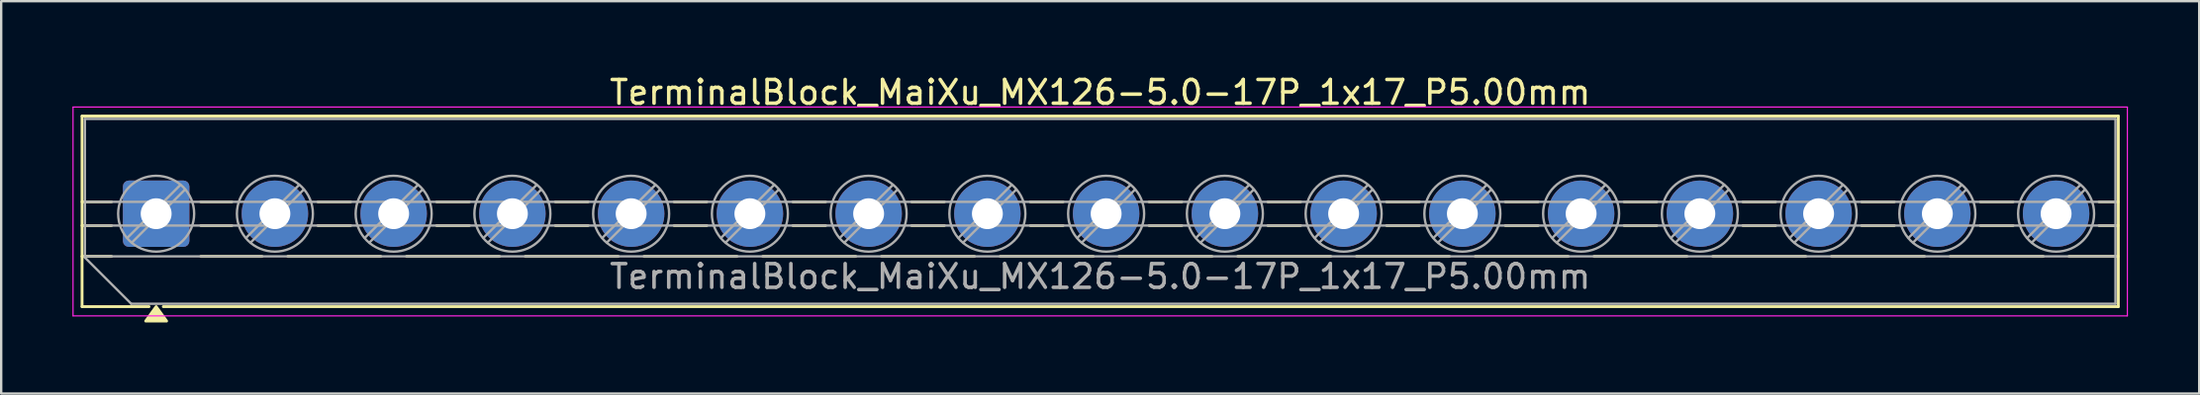
<source format=kicad_pcb>
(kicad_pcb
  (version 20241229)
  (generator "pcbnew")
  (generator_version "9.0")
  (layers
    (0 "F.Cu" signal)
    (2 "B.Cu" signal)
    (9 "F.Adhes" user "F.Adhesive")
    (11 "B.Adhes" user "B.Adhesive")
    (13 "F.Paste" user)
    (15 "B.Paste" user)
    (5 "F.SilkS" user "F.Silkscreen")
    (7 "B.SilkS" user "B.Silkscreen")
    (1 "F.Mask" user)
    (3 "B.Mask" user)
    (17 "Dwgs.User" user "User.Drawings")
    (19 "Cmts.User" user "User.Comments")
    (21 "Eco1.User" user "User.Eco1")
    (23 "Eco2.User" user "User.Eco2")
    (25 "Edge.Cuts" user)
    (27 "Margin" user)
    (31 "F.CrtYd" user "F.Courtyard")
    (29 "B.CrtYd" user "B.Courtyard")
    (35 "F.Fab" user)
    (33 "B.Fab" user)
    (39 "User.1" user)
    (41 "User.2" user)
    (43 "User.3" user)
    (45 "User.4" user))
  (footprint "TerminalBlock_MaiXu_MX126-5.0-17P_1x17_P5.00mm"
    (layer "F.Cu")
    (at 3.525 5.968)
    (property "Reference" "TerminalBlock_MaiXu_MX126-5.0-17P_1x17_P5.00mm" (at 39.75 -5.12 0) (layer "F.SilkS") (effects (font (size 1 1) (thickness 0.15))))
    (attr through_hole)
    (fp_line (start -3.12 -4.12) (end -3.12 3.92) (stroke (width 0.12) (type solid)) (layer "F.SilkS"))
    (fp_line (start -3.12 -4.12) (end 82.62 -4.12) (stroke (width 0.12) (type solid)) (layer "F.SilkS"))
    (fp_line (start -3.12 -0.5) (end -1.88 -0.5) (stroke (width 0.12) (type solid)) (layer "F.SilkS"))
    (fp_line (start -3.12 0.5) (end -1.88 0.5) (stroke (width 0.12) (type solid)) (layer "F.SilkS"))
    (fp_line (start -3.12 1.8) (end -1.88 1.8) (stroke (width 0.12) (type solid)) (layer "F.SilkS"))
    (fp_line (start -3.12 3.92) (end -0.3 3.92) (stroke (width 0.12) (type solid)) (layer "F.SilkS"))
    (fp_line (start 0.3 3.92) (end 82.62 3.92) (stroke (width 0.12) (type solid)) (layer "F.SilkS"))
    (fp_line (start 1.88 -0.5) (end 3.188 -0.5) (stroke (width 0.12) (type solid)) (layer "F.SilkS"))
    (fp_line (start 1.88 0.5) (end 3.188 0.5) (stroke (width 0.12) (type solid)) (layer "F.SilkS"))
    (fp_line (start 1.88 1.8) (end 4.457 1.8) (stroke (width 0.12) (type solid)) (layer "F.SilkS"))
    (fp_line (start 5.543 1.8) (end 9.457 1.8) (stroke (width 0.12) (type solid)) (layer "F.SilkS"))
    (fp_line (start 6.812 -0.5) (end 8.188 -0.5) (stroke (width 0.12) (type solid)) (layer "F.SilkS"))
    (fp_line (start 6.812 0.5) (end 8.188 0.5) (stroke (width 0.12) (type solid)) (layer "F.SilkS"))
    (fp_line (start 10.543 1.8) (end 14.457 1.8) (stroke (width 0.12) (type solid)) (layer "F.SilkS"))
    (fp_line (start 11.812 -0.5) (end 13.188 -0.5) (stroke (width 0.12) (type solid)) (layer "F.SilkS"))
    (fp_line (start 11.812 0.5) (end 13.188 0.5) (stroke (width 0.12) (type solid)) (layer "F.SilkS"))
    (fp_line (start 15.543 1.8) (end 19.457 1.8) (stroke (width 0.12) (type solid)) (layer "F.SilkS"))
    (fp_line (start 16.812 -0.5) (end 18.188 -0.5) (stroke (width 0.12) (type solid)) (layer "F.SilkS"))
    (fp_line (start 16.812 0.5) (end 18.188 0.5) (stroke (width 0.12) (type solid)) (layer "F.SilkS"))
    (fp_line (start 20.543 1.8) (end 24.457 1.8) (stroke (width 0.12) (type solid)) (layer "F.SilkS"))
    (fp_line (start 21.812 -0.5) (end 23.188 -0.5) (stroke (width 0.12) (type solid)) (layer "F.SilkS"))
    (fp_line (start 21.812 0.5) (end 23.188 0.5) (stroke (width 0.12) (type solid)) (layer "F.SilkS"))
    (fp_line (start 25.543 1.8) (end 29.457 1.8) (stroke (width 0.12) (type solid)) (layer "F.SilkS"))
    (fp_line (start 26.812 -0.5) (end 28.188 -0.5) (stroke (width 0.12) (type solid)) (layer "F.SilkS"))
    (fp_line (start 26.812 0.5) (end 28.188 0.5) (stroke (width 0.12) (type solid)) (layer "F.SilkS"))
    (fp_line (start 30.543 1.8) (end 34.457 1.8) (stroke (width 0.12) (type solid)) (layer "F.SilkS"))
    (fp_line (start 31.812 -0.5) (end 33.188 -0.5) (stroke (width 0.12) (type solid)) (layer "F.SilkS"))
    (fp_line (start 31.812 0.5) (end 33.188 0.5) (stroke (width 0.12) (type solid)) (layer "F.SilkS"))
    (fp_line (start 35.543 1.8) (end 39.457 1.8) (stroke (width 0.12) (type solid)) (layer "F.SilkS"))
    (fp_line (start 36.812 -0.5) (end 38.188 -0.5) (stroke (width 0.12) (type solid)) (layer "F.SilkS"))
    (fp_line (start 36.812 0.5) (end 38.188 0.5) (stroke (width 0.12) (type solid)) (layer "F.SilkS"))
    (fp_line (start 40.543 1.8) (end 44.457 1.8) (stroke (width 0.12) (type solid)) (layer "F.SilkS"))
    (fp_line (start 41.812 -0.5) (end 43.188 -0.5) (stroke (width 0.12) (type solid)) (layer "F.SilkS"))
    (fp_line (start 41.812 0.5) (end 43.188 0.5) (stroke (width 0.12) (type solid)) (layer "F.SilkS"))
    (fp_line (start 45.543 1.8) (end 49.457 1.8) (stroke (width 0.12) (type solid)) (layer "F.SilkS"))
    (fp_line (start 46.812 -0.5) (end 48.188 -0.5) (stroke (width 0.12) (type solid)) (layer "F.SilkS"))
    (fp_line (start 46.812 0.5) (end 48.188 0.5) (stroke (width 0.12) (type solid)) (layer "F.SilkS"))
    (fp_line (start 50.543 1.8) (end 54.457 1.8) (stroke (width 0.12) (type solid)) (layer "F.SilkS"))
    (fp_line (start 51.812 -0.5) (end 53.188 -0.5) (stroke (width 0.12) (type solid)) (layer "F.SilkS"))
    (fp_line (start 51.812 0.5) (end 53.188 0.5) (stroke (width 0.12) (type solid)) (layer "F.SilkS"))
    (fp_line (start 55.543 1.8) (end 59.457 1.8) (stroke (width 0.12) (type solid)) (layer "F.SilkS"))
    (fp_line (start 56.812 -0.5) (end 58.188 -0.5) (stroke (width 0.12) (type solid)) (layer "F.SilkS"))
    (fp_line (start 56.812 0.5) (end 58.188 0.5) (stroke (width 0.12) (type solid)) (layer "F.SilkS"))
    (fp_line (start 60.543 1.8) (end 64.457 1.8) (stroke (width 0.12) (type solid)) (layer "F.SilkS"))
    (fp_line (start 61.812 -0.5) (end 63.188 -0.5) (stroke (width 0.12) (type solid)) (layer "F.SilkS"))
    (fp_line (start 61.812 0.5) (end 63.188 0.5) (stroke (width 0.12) (type solid)) (layer "F.SilkS"))
    (fp_line (start 65.543 1.8) (end 69.457 1.8) (stroke (width 0.12) (type solid)) (layer "F.SilkS"))
    (fp_line (start 66.812 -0.5) (end 68.188 -0.5) (stroke (width 0.12) (type solid)) (layer "F.SilkS"))
    (fp_line (start 66.812 0.5) (end 68.188 0.5) (stroke (width 0.12) (type solid)) (layer "F.SilkS"))
    (fp_line (start 70.543 1.8) (end 74.457 1.8) (stroke (width 0.12) (type solid)) (layer "F.SilkS"))
    (fp_line (start 71.812 -0.5) (end 73.188 -0.5) (stroke (width 0.12) (type solid)) (layer "F.SilkS"))
    (fp_line (start 71.812 0.5) (end 73.188 0.5) (stroke (width 0.12) (type solid)) (layer "F.SilkS"))
    (fp_line (start 75.543 1.8) (end 79.457 1.8) (stroke (width 0.12) (type solid)) (layer "F.SilkS"))
    (fp_line (start 76.812 -0.5) (end 78.188 -0.5) (stroke (width 0.12) (type solid)) (layer "F.SilkS"))
    (fp_line (start 76.812 0.5) (end 78.188 0.5) (stroke (width 0.12) (type solid)) (layer "F.SilkS"))
    (fp_line (start 80.543 1.8) (end 82.62 1.8) (stroke (width 0.12) (type solid)) (layer "F.SilkS"))
    (fp_line (start 81.812 -0.5) (end 82.62 -0.5) (stroke (width 0.12) (type solid)) (layer "F.SilkS"))
    (fp_line (start 81.812 0.5) (end 82.62 0.5) (stroke (width 0.12) (type solid)) (layer "F.SilkS"))
    (fp_line (start 82.62 -4.12) (end 82.62 3.92) (stroke (width 0.12) (type solid)) (layer "F.SilkS"))
    (fp_poly (pts (xy 0 3.92) (xy 0.44 4.53) (xy -0.44 4.53)) (stroke (width 0.12) (type solid)) (fill yes) (layer "F.SilkS"))
    (fp_line (start -3.5 -4.5) (end -3.5 4.31) (stroke (width 0.05) (type solid)) (layer "F.CrtYd"))
    (fp_line (start -3.5 4.31) (end 83 4.31) (stroke (width 0.05) (type solid)) (layer "F.CrtYd"))
    (fp_line (start 83 -4.5) (end -3.5 -4.5) (stroke (width 0.05) (type solid)) (layer "F.CrtYd"))
    (fp_line (start 83 4.31) (end 83 -4.5) (stroke (width 0.05) (type solid)) (layer "F.CrtYd"))
    (fp_line (start -3 -4) (end 82.5 -4) (stroke (width 0.1) (type solid)) (layer "F.Fab"))
    (fp_line (start -3 -0.5) (end 82.5 -0.5) (stroke (width 0.1) (type solid)) (layer "F.Fab"))
    (fp_line (start -3 0.5) (end 82.5 0.5) (stroke (width 0.1) (type solid)) (layer "F.Fab"))
    (fp_line (start -3 1.8) (end 82.5 1.8) (stroke (width 0.1) (type solid)) (layer "F.Fab"))
    (fp_line (start -3 1.85) (end -3 -4) (stroke (width 0.1) (type solid)) (layer "F.Fab"))
    (fp_line (start -1.05 3.8) (end -3 1.85) (stroke (width 0.1) (type solid)) (layer "F.Fab"))
    (fp_line (start 1.018 -1.213) (end -1.213 1.018) (stroke (width 0.1) (type solid)) (layer "F.Fab"))
    (fp_line (start 1.213 -1.018) (end -1.018 1.213) (stroke (width 0.1) (type solid)) (layer "F.Fab"))
    (fp_line (start 6.018 -1.213) (end 3.787 1.018) (stroke (width 0.1) (type solid)) (layer "F.Fab"))
    (fp_line (start 6.213 -1.018) (end 3.982 1.213) (stroke (width 0.1) (type solid)) (layer "F.Fab"))
    (fp_line (start 11.018 -1.213) (end 8.787 1.018) (stroke (width 0.1) (type solid)) (layer "F.Fab"))
    (fp_line (start 11.213 -1.018) (end 8.982 1.213) (stroke (width 0.1) (type solid)) (layer "F.Fab"))
    (fp_line (start 16.018 -1.213) (end 13.787 1.018) (stroke (width 0.1) (type solid)) (layer "F.Fab"))
    (fp_line (start 16.213 -1.018) (end 13.982 1.213) (stroke (width 0.1) (type solid)) (layer "F.Fab"))
    (fp_line (start 21.018 -1.213) (end 18.787 1.018) (stroke (width 0.1) (type solid)) (layer "F.Fab"))
    (fp_line (start 21.213 -1.018) (end 18.982 1.213) (stroke (width 0.1) (type solid)) (layer "F.Fab"))
    (fp_line (start 26.018 -1.213) (end 23.787 1.018) (stroke (width 0.1) (type solid)) (layer "F.Fab"))
    (fp_line (start 26.213 -1.018) (end 23.982 1.213) (stroke (width 0.1) (type solid)) (layer "F.Fab"))
    (fp_line (start 31.018 -1.213) (end 28.787 1.018) (stroke (width 0.1) (type solid)) (layer "F.Fab"))
    (fp_line (start 31.213 -1.018) (end 28.982 1.213) (stroke (width 0.1) (type solid)) (layer "F.Fab"))
    (fp_line (start 36.018 -1.213) (end 33.787 1.018) (stroke (width 0.1) (type solid)) (layer "F.Fab"))
    (fp_line (start 36.213 -1.018) (end 33.982 1.213) (stroke (width 0.1) (type solid)) (layer "F.Fab"))
    (fp_line (start 41.018 -1.213) (end 38.787 1.018) (stroke (width 0.1) (type solid)) (layer "F.Fab"))
    (fp_line (start 41.213 -1.018) (end 38.982 1.213) (stroke (width 0.1) (type solid)) (layer "F.Fab"))
    (fp_line (start 46.018 -1.213) (end 43.787 1.018) (stroke (width 0.1) (type solid)) (layer "F.Fab"))
    (fp_line (start 46.213 -1.018) (end 43.982 1.213) (stroke (width 0.1) (type solid)) (layer "F.Fab"))
    (fp_line (start 51.018 -1.213) (end 48.787 1.018) (stroke (width 0.1) (type solid)) (layer "F.Fab"))
    (fp_line (start 51.213 -1.018) (end 48.982 1.213) (stroke (width 0.1) (type solid)) (layer "F.Fab"))
    (fp_line (start 56.018 -1.213) (end 53.787 1.018) (stroke (width 0.1) (type solid)) (layer "F.Fab"))
    (fp_line (start 56.213 -1.018) (end 53.982 1.213) (stroke (width 0.1) (type solid)) (layer "F.Fab"))
    (fp_line (start 61.018 -1.213) (end 58.787 1.018) (stroke (width 0.1) (type solid)) (layer "F.Fab"))
    (fp_line (start 61.213 -1.018) (end 58.982 1.213) (stroke (width 0.1) (type solid)) (layer "F.Fab"))
    (fp_line (start 66.018 -1.213) (end 63.787 1.018) (stroke (width 0.1) (type solid)) (layer "F.Fab"))
    (fp_line (start 66.213 -1.018) (end 63.982 1.213) (stroke (width 0.1) (type solid)) (layer "F.Fab"))
    (fp_line (start 71.018 -1.213) (end 68.787 1.018) (stroke (width 0.1) (type solid)) (layer "F.Fab"))
    (fp_line (start 71.213 -1.018) (end 68.982 1.213) (stroke (width 0.1) (type solid)) (layer "F.Fab"))
    (fp_line (start 76.018 -1.213) (end 73.787 1.018) (stroke (width 0.1) (type solid)) (layer "F.Fab"))
    (fp_line (start 76.213 -1.018) (end 73.982 1.213) (stroke (width 0.1) (type solid)) (layer "F.Fab"))
    (fp_line (start 81.018 -1.213) (end 78.787 1.018) (stroke (width 0.1) (type solid)) (layer "F.Fab"))
    (fp_line (start 81.213 -1.018) (end 78.982 1.213) (stroke (width 0.1) (type solid)) (layer "F.Fab"))
    (fp_line (start 82.5 -4) (end 82.5 3.8) (stroke (width 0.1) (type solid)) (layer "F.Fab"))
    (fp_line (start 82.5 3.8) (end -1.05 3.8) (stroke (width 0.1) (type solid)) (layer "F.Fab"))
    (fp_circle (center 0 0) (end 1.6 0) (stroke (width 0.1) (type solid)) (fill no) (layer "F.Fab"))
    (fp_circle (center 5 0) (end 6.6 0) (stroke (width 0.1) (type solid)) (fill no) (layer "F.Fab"))
    (fp_circle (center 10 0) (end 11.6 0) (stroke (width 0.1) (type solid)) (fill no) (layer "F.Fab"))
    (fp_circle (center 15 0) (end 16.6 0) (stroke (width 0.1) (type solid)) (fill no) (layer "F.Fab"))
    (fp_circle (center 20 0) (end 21.6 0) (stroke (width 0.1) (type solid)) (fill no) (layer "F.Fab"))
    (fp_circle (center 25 0) (end 26.6 0) (stroke (width 0.1) (type solid)) (fill no) (layer "F.Fab"))
    (fp_circle (center 30 0) (end 31.6 0) (stroke (width 0.1) (type solid)) (fill no) (layer "F.Fab"))
    (fp_circle (center 35 0) (end 36.6 0) (stroke (width 0.1) (type solid)) (fill no) (layer "F.Fab"))
    (fp_circle (center 40 0) (end 41.6 0) (stroke (width 0.1) (type solid)) (fill no) (layer "F.Fab"))
    (fp_circle (center 45 0) (end 46.6 0) (stroke (width 0.1) (type solid)) (fill no) (layer "F.Fab"))
    (fp_circle (center 50 0) (end 51.6 0) (stroke (width 0.1) (type solid)) (fill no) (layer "F.Fab"))
    (fp_circle (center 55 0) (end 56.6 0) (stroke (width 0.1) (type solid)) (fill no) (layer "F.Fab"))
    (fp_circle (center 60 0) (end 61.6 0) (stroke (width 0.1) (type solid)) (fill no) (layer "F.Fab"))
    (fp_circle (center 65 0) (end 66.6 0) (stroke (width 0.1) (type solid)) (fill no) (layer "F.Fab"))
    (fp_circle (center 70 0) (end 71.6 0) (stroke (width 0.1) (type solid)) (fill no) (layer "F.Fab"))
    (fp_circle (center 75 0) (end 76.6 0) (stroke (width 0.1) (type solid)) (fill no) (layer "F.Fab"))
    (fp_circle (center 80 0) (end 81.6 0) (stroke (width 0.1) (type solid)) (fill no) (layer "F.Fab"))
    (fp_text user "${REFERENCE}" (at 39.75 2.65 0) (layer "F.Fab") (effects (font (size 1 1) (thickness 0.15))))
    (pad "1" thru_hole roundrect (at 0 0) (size 2.8 2.8) (drill 1.3) (layers "*.Cu" "*.Mask") (roundrect_rratio 0.089))
    (pad "2" thru_hole circle (at 5 0) (size 2.8 2.8) (drill 1.3) (layers "*.Cu" "*.Mask"))
    (pad "3" thru_hole circle (at 10 0) (size 2.8 2.8) (drill 1.3) (layers "*.Cu" "*.Mask"))
    (pad "4" thru_hole circle (at 15 0) (size 2.8 2.8) (drill 1.3) (layers "*.Cu" "*.Mask"))
    (pad "5" thru_hole circle (at 20 0) (size 2.8 2.8) (drill 1.3) (layers "*.Cu" "*.Mask"))
    (pad "6" thru_hole circle (at 25 0) (size 2.8 2.8) (drill 1.3) (layers "*.Cu" "*.Mask"))
    (pad "7" thru_hole circle (at 30 0) (size 2.8 2.8) (drill 1.3) (layers "*.Cu" "*.Mask"))
    (pad "8" thru_hole circle (at 35 0) (size 2.8 2.8) (drill 1.3) (layers "*.Cu" "*.Mask"))
    (pad "9" thru_hole circle (at 40 0) (size 2.8 2.8) (drill 1.3) (layers "*.Cu" "*.Mask"))
    (pad "10" thru_hole circle (at 45 0) (size 2.8 2.8) (drill 1.3) (layers "*.Cu" "*.Mask"))
    (pad "11" thru_hole circle (at 50 0) (size 2.8 2.8) (drill 1.3) (layers "*.Cu" "*.Mask"))
    (pad "12" thru_hole circle (at 55 0) (size 2.8 2.8) (drill 1.3) (layers "*.Cu" "*.Mask"))
    (pad "13" thru_hole circle (at 60 0) (size 2.8 2.8) (drill 1.3) (layers "*.Cu" "*.Mask"))
    (pad "14" thru_hole circle (at 65 0) (size 2.8 2.8) (drill 1.3) (layers "*.Cu" "*.Mask"))
    (pad "15" thru_hole circle (at 70 0) (size 2.8 2.8) (drill 1.3) (layers "*.Cu" "*.Mask"))
    (pad "16" thru_hole circle (at 75 0) (size 2.8 2.8) (drill 1.3) (layers "*.Cu" "*.Mask"))
    (pad "17" thru_hole circle (at 80 0) (size 2.8 2.8) (drill 1.3) (layers "*.Cu" "*.Mask")))
  (gr_rect
    (start -3 -3)
    (end 89.55 13.558)
    (stroke (width 0.1) (type default))
    (fill no)
    (layer "Edge.Cuts")))
</source>
